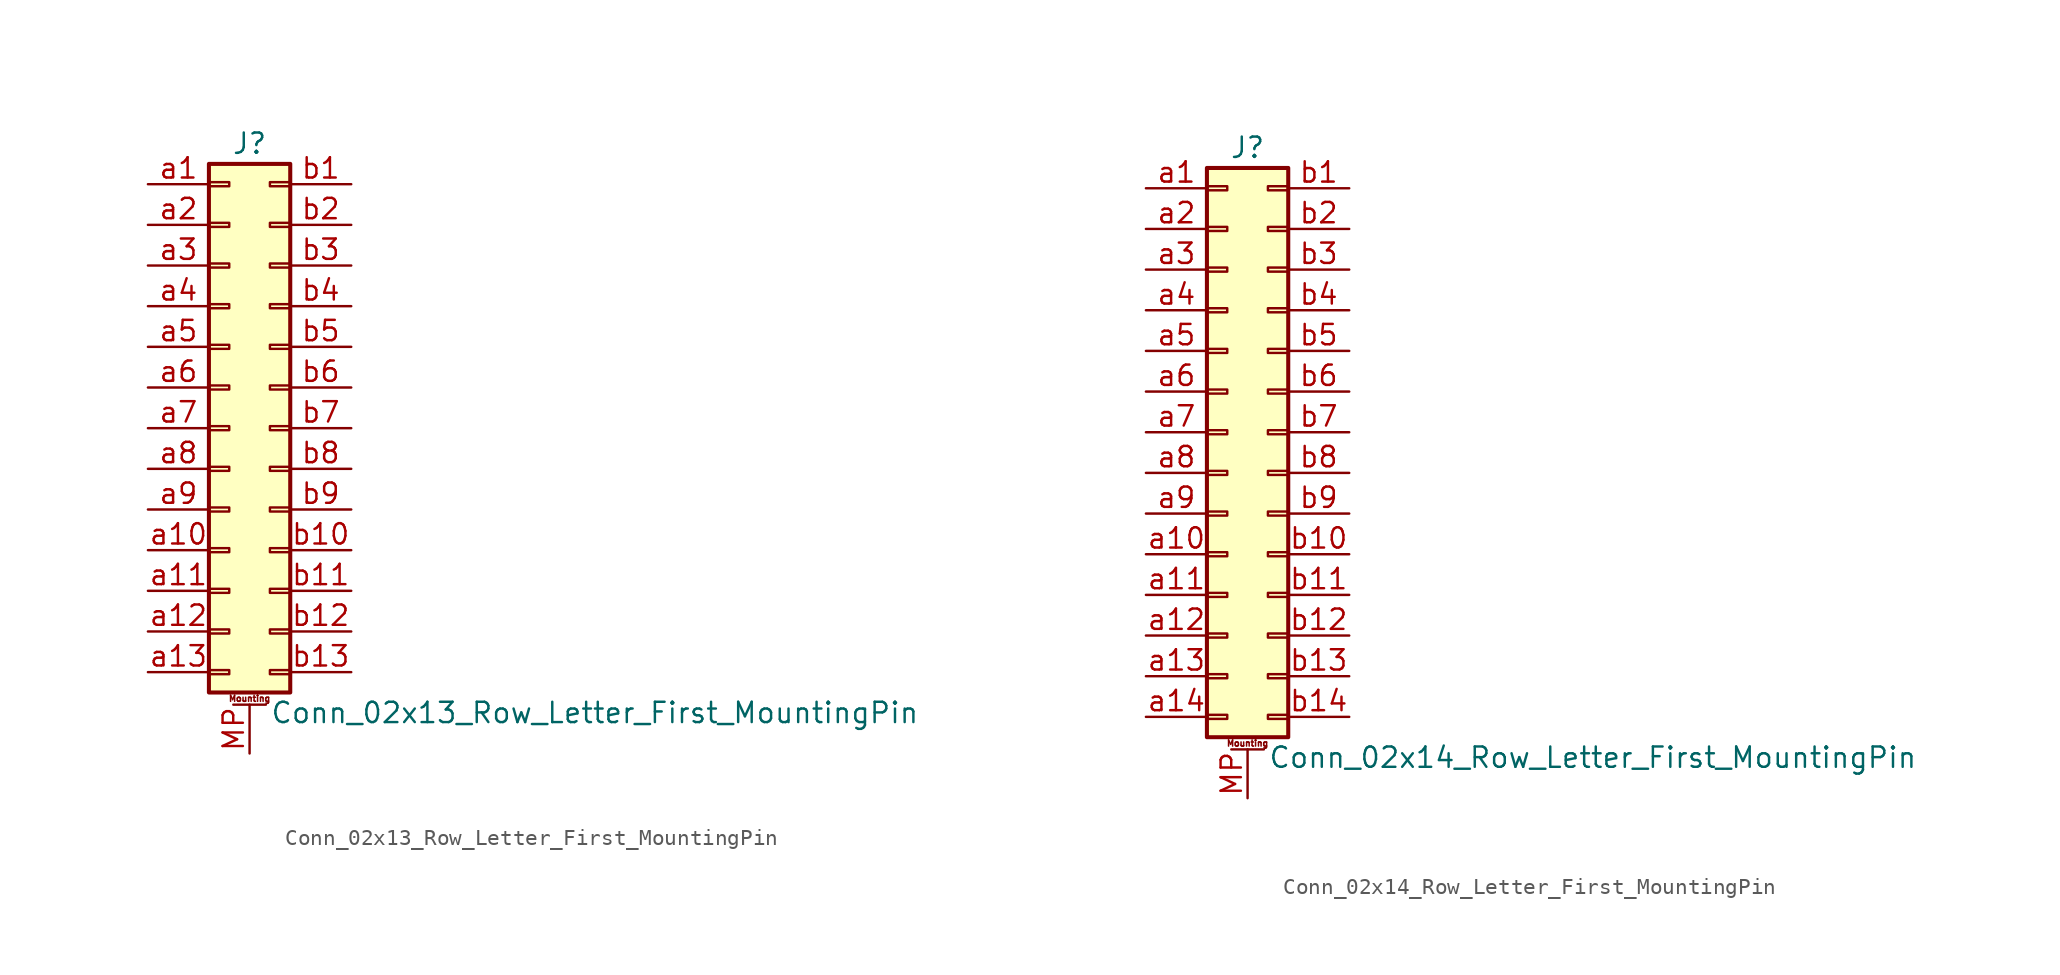
<source format=kicad_sym>
(kicad_symbol_lib
  (version 20201005)
  (generator kicad_symbol_editor)
  (symbol "Conn_02x13_Row_Letter_First_MountingPin"
    (pin_names
      (offset 1.016) hide)
    (property "Reference" "J"
      (at 1.27 17.78 0)
      (effects (font (size 1.27 1.27))))
    (property "Value" "Conn_02x13_Row_Letter_First_MountingPin"
      (at 2.54 -17.78 0)
      (effects (font (size 1.27 1.27)) (justify left)))
    (symbol "Conn_02x13_Row_Letter_First_MountingPin_1_1"
      (text "Mounting" (at 1.27 -16.891 0) (effects (font (size 0.381 0.381))))
      (rectangle (start -1.27 -15.113) (end 0 -15.367) (stroke (width 0.152)) (fill (type none)))
      (rectangle (start -1.27 -12.573) (end 0 -12.827) (stroke (width 0.152)) (fill (type none)))
      (rectangle (start -1.27 -10.033) (end 0 -10.287) (stroke (width 0.152)) (fill (type none)))
      (rectangle (start -1.27 -7.493) (end 0 -7.747) (stroke (width 0.152)) (fill (type none)))
      (rectangle (start -1.27 -4.953) (end 0 -5.207) (stroke (width 0.152)) (fill (type none)))
      (rectangle (start -1.27 -2.413) (end 0 -2.667) (stroke (width 0.152)) (fill (type none)))
      (rectangle (start -1.27 0.127) (end 0 -0.127) (stroke (width 0.152)) (fill (type none)))
      (rectangle (start -1.27 2.667) (end 0 2.413) (stroke (width 0.152)) (fill (type none)))
      (rectangle (start -1.27 5.207) (end 0 4.953) (stroke (width 0.152)) (fill (type none)))
      (rectangle (start -1.27 7.747) (end 0 7.493) (stroke (width 0.152)) (fill (type none)))
      (rectangle (start -1.27 10.287) (end 0 10.033) (stroke (width 0.152)) (fill (type none)))
      (rectangle (start -1.27 12.827) (end 0 12.573) (stroke (width 0.152)) (fill (type none)))
      (rectangle (start -1.27 15.367) (end 0 15.113) (stroke (width 0.152)) (fill (type none)))
      (rectangle (start -1.27 16.51) (end 3.81 -16.51) (stroke (width 0.254)) (fill (type background)))
      (rectangle (start 3.81 -15.113) (end 2.54 -15.367) (stroke (width 0.152)) (fill (type none)))
      (rectangle (start 3.81 -12.573) (end 2.54 -12.827) (stroke (width 0.152)) (fill (type none)))
      (rectangle (start 3.81 -10.033) (end 2.54 -10.287) (stroke (width 0.152)) (fill (type none)))
      (rectangle (start 3.81 -7.493) (end 2.54 -7.747) (stroke (width 0.152)) (fill (type none)))
      (rectangle (start 3.81 -4.953) (end 2.54 -5.207) (stroke (width 0.152)) (fill (type none)))
      (rectangle (start 3.81 -2.413) (end 2.54 -2.667) (stroke (width 0.152)) (fill (type none)))
      (rectangle (start 3.81 0.127) (end 2.54 -0.127) (stroke (width 0.152)) (fill (type none)))
      (rectangle (start 3.81 2.667) (end 2.54 2.413) (stroke (width 0.152)) (fill (type none)))
      (rectangle (start 3.81 5.207) (end 2.54 4.953) (stroke (width 0.152)) (fill (type none)))
      (rectangle (start 3.81 7.747) (end 2.54 7.493) (stroke (width 0.152)) (fill (type none)))
      (rectangle (start 3.81 10.287) (end 2.54 10.033) (stroke (width 0.152)) (fill (type none)))
      (rectangle (start 3.81 12.827) (end 2.54 12.573) (stroke (width 0.152)) (fill (type none)))
      (rectangle (start 3.81 15.367) (end 2.54 15.113) (stroke (width 0.152)) (fill (type none)))
      (polyline (pts (xy 0.254 -17.272) (xy 2.286 -17.272)) (stroke (width 0.152)) (fill (type none)))
      (pin passive line (at 1.27 -20.32 90) (length 3.048) (name "MountPin" (effects (font (size 1.27 1.27)))) (number "MP" (effects (font (size 1.27 1.27)))))
      (pin passive line (at -5.08 15.24 0) (length 3.81) (name "Pin_a1" (effects (font (size 1.27 1.27)))) (number "a1" (effects (font (size 1.27 1.27)))))
      (pin passive line (at -5.08 -7.62 0) (length 3.81) (name "Pin_a10" (effects (font (size 1.27 1.27)))) (number "a10" (effects (font (size 1.27 1.27)))))
      (pin passive line (at -5.08 -10.16 0) (length 3.81) (name "Pin_a11" (effects (font (size 1.27 1.27)))) (number "a11" (effects (font (size 1.27 1.27)))))
      (pin passive line (at -5.08 -12.7 0) (length 3.81) (name "Pin_a12" (effects (font (size 1.27 1.27)))) (number "a12" (effects (font (size 1.27 1.27)))))
      (pin passive line (at -5.08 -15.24 0) (length 3.81) (name "Pin_a13" (effects (font (size 1.27 1.27)))) (number "a13" (effects (font (size 1.27 1.27)))))
      (pin passive line (at -5.08 12.7 0) (length 3.81) (name "Pin_a2" (effects (font (size 1.27 1.27)))) (number "a2" (effects (font (size 1.27 1.27)))))
      (pin passive line (at -5.08 10.16 0) (length 3.81) (name "Pin_a3" (effects (font (size 1.27 1.27)))) (number "a3" (effects (font (size 1.27 1.27)))))
      (pin passive line (at -5.08 7.62 0) (length 3.81) (name "Pin_a4" (effects (font (size 1.27 1.27)))) (number "a4" (effects (font (size 1.27 1.27)))))
      (pin passive line (at -5.08 5.08 0) (length 3.81) (name "Pin_a5" (effects (font (size 1.27 1.27)))) (number "a5" (effects (font (size 1.27 1.27)))))
      (pin passive line (at -5.08 2.54 0) (length 3.81) (name "Pin_a6" (effects (font (size 1.27 1.27)))) (number "a6" (effects (font (size 1.27 1.27)))))
      (pin passive line (at -5.08 0 0) (length 3.81) (name "Pin_a7" (effects (font (size 1.27 1.27)))) (number "a7" (effects (font (size 1.27 1.27)))))
      (pin passive line (at -5.08 -2.54 0) (length 3.81) (name "Pin_a8" (effects (font (size 1.27 1.27)))) (number "a8" (effects (font (size 1.27 1.27)))))
      (pin passive line (at -5.08 -5.08 0) (length 3.81) (name "Pin_a9" (effects (font (size 1.27 1.27)))) (number "a9" (effects (font (size 1.27 1.27)))))
      (pin passive line (at 7.62 15.24 180) (length 3.81) (name "Pin_b1" (effects (font (size 1.27 1.27)))) (number "b1" (effects (font (size 1.27 1.27)))))
      (pin passive line (at 7.62 -7.62 180) (length 3.81) (name "Pin_b10" (effects (font (size 1.27 1.27)))) (number "b10" (effects (font (size 1.27 1.27)))))
      (pin passive line (at 7.62 -10.16 180) (length 3.81) (name "Pin_b11" (effects (font (size 1.27 1.27)))) (number "b11" (effects (font (size 1.27 1.27)))))
      (pin passive line (at 7.62 -12.7 180) (length 3.81) (name "Pin_b12" (effects (font (size 1.27 1.27)))) (number "b12" (effects (font (size 1.27 1.27)))))
      (pin passive line (at 7.62 -15.24 180) (length 3.81) (name "Pin_b13" (effects (font (size 1.27 1.27)))) (number "b13" (effects (font (size 1.27 1.27)))))
      (pin passive line (at 7.62 12.7 180) (length 3.81) (name "Pin_b2" (effects (font (size 1.27 1.27)))) (number "b2" (effects (font (size 1.27 1.27)))))
      (pin passive line (at 7.62 10.16 180) (length 3.81) (name "Pin_b3" (effects (font (size 1.27 1.27)))) (number "b3" (effects (font (size 1.27 1.27)))))
      (pin passive line (at 7.62 7.62 180) (length 3.81) (name "Pin_b4" (effects (font (size 1.27 1.27)))) (number "b4" (effects (font (size 1.27 1.27)))))
      (pin passive line (at 7.62 5.08 180) (length 3.81) (name "Pin_b5" (effects (font (size 1.27 1.27)))) (number "b5" (effects (font (size 1.27 1.27)))))
      (pin passive line (at 7.62 2.54 180) (length 3.81) (name "Pin_b6" (effects (font (size 1.27 1.27)))) (number "b6" (effects (font (size 1.27 1.27)))))
      (pin passive line (at 7.62 0 180) (length 3.81) (name "Pin_b7" (effects (font (size 1.27 1.27)))) (number "b7" (effects (font (size 1.27 1.27)))))
      (pin passive line (at 7.62 -2.54 180) (length 3.81) (name "Pin_b8" (effects (font (size 1.27 1.27)))) (number "b8" (effects (font (size 1.27 1.27)))))
      (pin passive line (at 7.62 -5.08 180) (length 3.81) (name "Pin_b9" (effects (font (size 1.27 1.27)))) (number "b9" (effects (font (size 1.27 1.27)))))))
  (symbol "Conn_02x14_Row_Letter_First_MountingPin"
    (pin_names
      (offset 1.016) hide)
    (property "Reference" "J"
      (at 1.27 17.78 0)
      (effects (font (size 1.27 1.27))))
    (property "Value" "Conn_02x14_Row_Letter_First_MountingPin"
      (at 2.54 -20.32 0)
      (effects (font (size 1.27 1.27)) (justify left)))
    (symbol "Conn_02x14_Row_Letter_First_MountingPin_1_1"
      (text "Mounting" (at 1.27 -19.431 0) (effects (font (size 0.381 0.381))))
      (rectangle (start -1.27 -17.653) (end 0 -17.907) (stroke (width 0.152)) (fill (type none)))
      (rectangle (start -1.27 -15.113) (end 0 -15.367) (stroke (width 0.152)) (fill (type none)))
      (rectangle (start -1.27 -12.573) (end 0 -12.827) (stroke (width 0.152)) (fill (type none)))
      (rectangle (start -1.27 -10.033) (end 0 -10.287) (stroke (width 0.152)) (fill (type none)))
      (rectangle (start -1.27 -7.493) (end 0 -7.747) (stroke (width 0.152)) (fill (type none)))
      (rectangle (start -1.27 -4.953) (end 0 -5.207) (stroke (width 0.152)) (fill (type none)))
      (rectangle (start -1.27 -2.413) (end 0 -2.667) (stroke (width 0.152)) (fill (type none)))
      (rectangle (start -1.27 0.127) (end 0 -0.127) (stroke (width 0.152)) (fill (type none)))
      (rectangle (start -1.27 2.667) (end 0 2.413) (stroke (width 0.152)) (fill (type none)))
      (rectangle (start -1.27 5.207) (end 0 4.953) (stroke (width 0.152)) (fill (type none)))
      (rectangle (start -1.27 7.747) (end 0 7.493) (stroke (width 0.152)) (fill (type none)))
      (rectangle (start -1.27 10.287) (end 0 10.033) (stroke (width 0.152)) (fill (type none)))
      (rectangle (start -1.27 12.827) (end 0 12.573) (stroke (width 0.152)) (fill (type none)))
      (rectangle (start -1.27 15.367) (end 0 15.113) (stroke (width 0.152)) (fill (type none)))
      (rectangle (start -1.27 16.51) (end 3.81 -19.05) (stroke (width 0.254)) (fill (type background)))
      (rectangle (start 3.81 -17.653) (end 2.54 -17.907) (stroke (width 0.152)) (fill (type none)))
      (rectangle (start 3.81 -15.113) (end 2.54 -15.367) (stroke (width 0.152)) (fill (type none)))
      (rectangle (start 3.81 -12.573) (end 2.54 -12.827) (stroke (width 0.152)) (fill (type none)))
      (rectangle (start 3.81 -10.033) (end 2.54 -10.287) (stroke (width 0.152)) (fill (type none)))
      (rectangle (start 3.81 -7.493) (end 2.54 -7.747) (stroke (width 0.152)) (fill (type none)))
      (rectangle (start 3.81 -4.953) (end 2.54 -5.207) (stroke (width 0.152)) (fill (type none)))
      (rectangle (start 3.81 -2.413) (end 2.54 -2.667) (stroke (width 0.152)) (fill (type none)))
      (rectangle (start 3.81 0.127) (end 2.54 -0.127) (stroke (width 0.152)) (fill (type none)))
      (rectangle (start 3.81 2.667) (end 2.54 2.413) (stroke (width 0.152)) (fill (type none)))
      (rectangle (start 3.81 5.207) (end 2.54 4.953) (stroke (width 0.152)) (fill (type none)))
      (rectangle (start 3.81 7.747) (end 2.54 7.493) (stroke (width 0.152)) (fill (type none)))
      (rectangle (start 3.81 10.287) (end 2.54 10.033) (stroke (width 0.152)) (fill (type none)))
      (rectangle (start 3.81 12.827) (end 2.54 12.573) (stroke (width 0.152)) (fill (type none)))
      (rectangle (start 3.81 15.367) (end 2.54 15.113) (stroke (width 0.152)) (fill (type none)))
      (polyline (pts (xy 0.254 -19.812) (xy 2.286 -19.812)) (stroke (width 0.152)) (fill (type none)))
      (pin passive line (at 1.27 -22.86 90) (length 3.048) (name "MountPin" (effects (font (size 1.27 1.27)))) (number "MP" (effects (font (size 1.27 1.27)))))
      (pin passive line (at -5.08 15.24 0) (length 3.81) (name "Pin_a1" (effects (font (size 1.27 1.27)))) (number "a1" (effects (font (size 1.27 1.27)))))
      (pin passive line (at -5.08 -7.62 0) (length 3.81) (name "Pin_a10" (effects (font (size 1.27 1.27)))) (number "a10" (effects (font (size 1.27 1.27)))))
      (pin passive line (at -5.08 -10.16 0) (length 3.81) (name "Pin_a11" (effects (font (size 1.27 1.27)))) (number "a11" (effects (font (size 1.27 1.27)))))
      (pin passive line (at -5.08 -12.7 0) (length 3.81) (name "Pin_a12" (effects (font (size 1.27 1.27)))) (number "a12" (effects (font (size 1.27 1.27)))))
      (pin passive line (at -5.08 -15.24 0) (length 3.81) (name "Pin_a13" (effects (font (size 1.27 1.27)))) (number "a13" (effects (font (size 1.27 1.27)))))
      (pin passive line (at -5.08 -17.78 0) (length 3.81) (name "Pin_a14" (effects (font (size 1.27 1.27)))) (number "a14" (effects (font (size 1.27 1.27)))))
      (pin passive line (at -5.08 12.7 0) (length 3.81) (name "Pin_a2" (effects (font (size 1.27 1.27)))) (number "a2" (effects (font (size 1.27 1.27)))))
      (pin passive line (at -5.08 10.16 0) (length 3.81) (name "Pin_a3" (effects (font (size 1.27 1.27)))) (number "a3" (effects (font (size 1.27 1.27)))))
      (pin passive line (at -5.08 7.62 0) (length 3.81) (name "Pin_a4" (effects (font (size 1.27 1.27)))) (number "a4" (effects (font (size 1.27 1.27)))))
      (pin passive line (at -5.08 5.08 0) (length 3.81) (name "Pin_a5" (effects (font (size 1.27 1.27)))) (number "a5" (effects (font (size 1.27 1.27)))))
      (pin passive line (at -5.08 2.54 0) (length 3.81) (name "Pin_a6" (effects (font (size 1.27 1.27)))) (number "a6" (effects (font (size 1.27 1.27)))))
      (pin passive line (at -5.08 0 0) (length 3.81) (name "Pin_a7" (effects (font (size 1.27 1.27)))) (number "a7" (effects (font (size 1.27 1.27)))))
      (pin passive line (at -5.08 -2.54 0) (length 3.81) (name "Pin_a8" (effects (font (size 1.27 1.27)))) (number "a8" (effects (font (size 1.27 1.27)))))
      (pin passive line (at -5.08 -5.08 0) (length 3.81) (name "Pin_a9" (effects (font (size 1.27 1.27)))) (number "a9" (effects (font (size 1.27 1.27)))))
      (pin passive line (at 7.62 15.24 180) (length 3.81) (name "Pin_b1" (effects (font (size 1.27 1.27)))) (number "b1" (effects (font (size 1.27 1.27)))))
      (pin passive line (at 7.62 -7.62 180) (length 3.81) (name "Pin_b10" (effects (font (size 1.27 1.27)))) (number "b10" (effects (font (size 1.27 1.27)))))
      (pin passive line (at 7.62 -10.16 180) (length 3.81) (name "Pin_b11" (effects (font (size 1.27 1.27)))) (number "b11" (effects (font (size 1.27 1.27)))))
      (pin passive line (at 7.62 -12.7 180) (length 3.81) (name "Pin_b12" (effects (font (size 1.27 1.27)))) (number "b12" (effects (font (size 1.27 1.27)))))
      (pin passive line (at 7.62 -15.24 180) (length 3.81) (name "Pin_b13" (effects (font (size 1.27 1.27)))) (number "b13" (effects (font (size 1.27 1.27)))))
      (pin passive line (at 7.62 -17.78 180) (length 3.81) (name "Pin_b14" (effects (font (size 1.27 1.27)))) (number "b14" (effects (font (size 1.27 1.27)))))
      (pin passive line (at 7.62 12.7 180) (length 3.81) (name "Pin_b2" (effects (font (size 1.27 1.27)))) (number "b2" (effects (font (size 1.27 1.27)))))
      (pin passive line (at 7.62 10.16 180) (length 3.81) (name "Pin_b3" (effects (font (size 1.27 1.27)))) (number "b3" (effects (font (size 1.27 1.27)))))
      (pin passive line (at 7.62 7.62 180) (length 3.81) (name "Pin_b4" (effects (font (size 1.27 1.27)))) (number "b4" (effects (font (size 1.27 1.27)))))
      (pin passive line (at 7.62 5.08 180) (length 3.81) (name "Pin_b5" (effects (font (size 1.27 1.27)))) (number "b5" (effects (font (size 1.27 1.27)))))
      (pin passive line (at 7.62 2.54 180) (length 3.81) (name "Pin_b6" (effects (font (size 1.27 1.27)))) (number "b6" (effects (font (size 1.27 1.27)))))
      (pin passive line (at 7.62 0 180) (length 3.81) (name "Pin_b7" (effects (font (size 1.27 1.27)))) (number "b7" (effects (font (size 1.27 1.27)))))
      (pin passive line (at 7.62 -2.54 180) (length 3.81) (name "Pin_b8" (effects (font (size 1.27 1.27)))) (number "b8" (effects (font (size 1.27 1.27)))))
      (pin passive line (at 7.62 -5.08 180) (length 3.81) (name "Pin_b9" (effects (font (size 1.27 1.27)))) (number "b9" (effects (font (size 1.27 1.27))))))))
</source>
